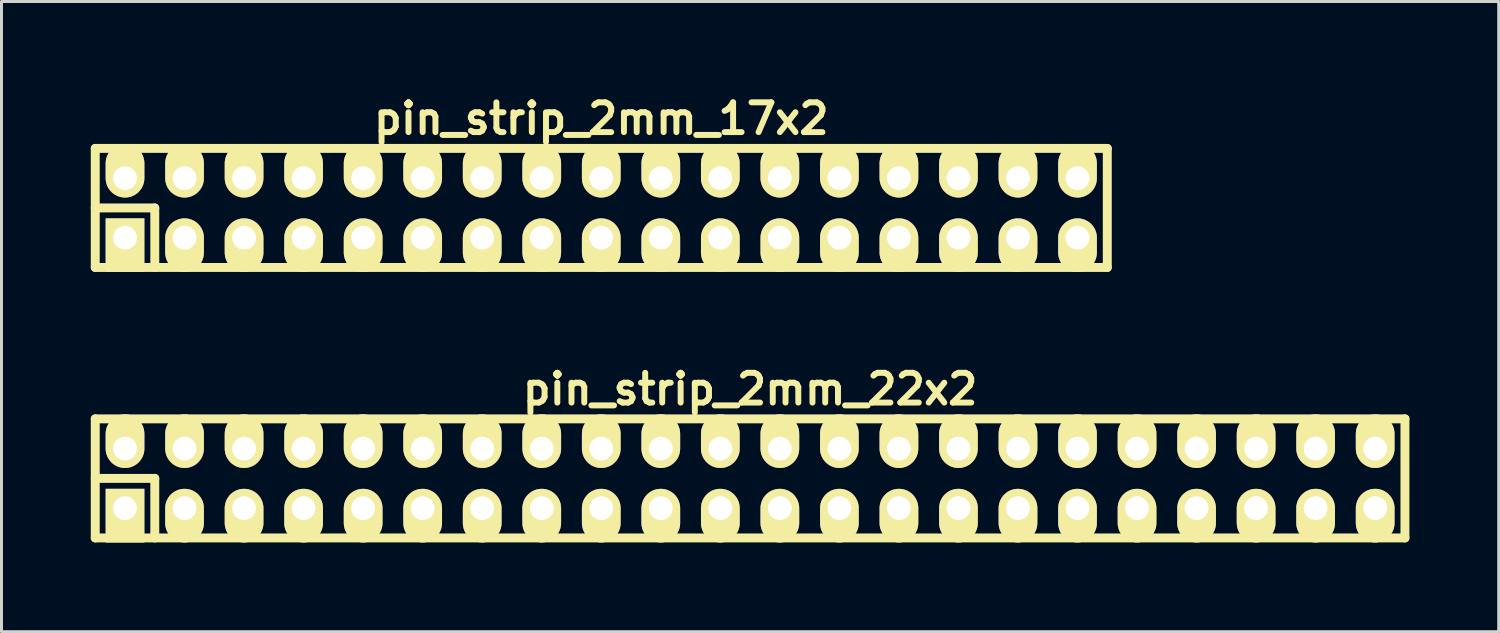
<source format=kicad_pcb>
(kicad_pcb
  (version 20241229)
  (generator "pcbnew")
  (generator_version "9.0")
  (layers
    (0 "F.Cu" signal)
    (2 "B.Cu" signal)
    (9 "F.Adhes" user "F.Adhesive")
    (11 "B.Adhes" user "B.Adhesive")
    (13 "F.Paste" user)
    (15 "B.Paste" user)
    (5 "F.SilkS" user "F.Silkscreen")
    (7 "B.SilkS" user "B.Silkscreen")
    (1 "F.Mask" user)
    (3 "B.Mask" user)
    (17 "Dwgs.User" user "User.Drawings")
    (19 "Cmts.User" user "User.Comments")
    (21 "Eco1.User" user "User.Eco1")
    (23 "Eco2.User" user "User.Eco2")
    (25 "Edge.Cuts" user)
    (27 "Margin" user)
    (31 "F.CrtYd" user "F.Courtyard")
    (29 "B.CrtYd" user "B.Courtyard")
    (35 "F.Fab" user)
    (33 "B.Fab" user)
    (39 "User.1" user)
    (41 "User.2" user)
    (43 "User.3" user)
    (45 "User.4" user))
  (footprint "pin_strip_2mm_22x2"
    (layer "F.Cu")
    (at 22.15 13.022)
    (property "Reference" "pin_strip_2mm_22x2" (at 0 -3 0) (layer "F.SilkS") (effects (font (size 1 1) (thickness 0.2))))
    (attr through_hole)
    (fp_line (start -22 -2) (end 22 -2) (stroke (width 0.3) (type solid)) (layer "F.SilkS"))
    (fp_line (start -22 0) (end -20 0) (stroke (width 0.3) (type solid)) (layer "F.SilkS"))
    (fp_line (start -22 2) (end -22 -2) (stroke (width 0.3) (type solid)) (layer "F.SilkS"))
    (fp_line (start -20 0) (end -20 2) (stroke (width 0.3) (type solid)) (layer "F.SilkS"))
    (fp_line (start 22 -2) (end 22 2) (stroke (width 0.3) (type solid)) (layer "F.SilkS"))
    (fp_line (start 22 2) (end -22 2) (stroke (width 0.3) (type solid)) (layer "F.SilkS"))
    (pad "1" thru_hole rect (at -21 1) (size 1.3 1.8) (drill 0.8 (offset 0 0.25)) (layers "*.Cu" "*.Mask" "F.SilkS"))
    (pad "2" thru_hole oval (at -21 -1) (size 1.3 1.8) (drill 0.8 (offset 0 -0.25)) (layers "*.Cu" "*.Mask" "F.SilkS"))
    (pad "3" thru_hole oval (at -19 1) (size 1.3 1.8) (drill 0.8 (offset 0 0.25)) (layers "*.Cu" "*.Mask" "F.SilkS"))
    (pad "4" thru_hole oval (at -19 -1) (size 1.3 1.8) (drill 0.8 (offset 0 -0.25)) (layers "*.Cu" "*.Mask" "F.SilkS"))
    (pad "5" thru_hole oval (at -17 1) (size 1.3 1.8) (drill 0.8 (offset 0 0.25)) (layers "*.Cu" "*.Mask" "F.SilkS"))
    (pad "6" thru_hole oval (at -17 -1) (size 1.3 1.8) (drill 0.8 (offset 0 -0.25)) (layers "*.Cu" "*.Mask" "F.SilkS"))
    (pad "7" thru_hole oval (at -15 1) (size 1.3 1.8) (drill 0.8 (offset 0 0.25)) (layers "*.Cu" "*.Mask" "F.SilkS"))
    (pad "8" thru_hole oval (at -15 -1) (size 1.3 1.8) (drill 0.8 (offset 0 -0.25)) (layers "*.Cu" "*.Mask" "F.SilkS"))
    (pad "9" thru_hole oval (at -13 1) (size 1.3 1.8) (drill 0.8 (offset 0 0.25)) (layers "*.Cu" "*.Mask" "F.SilkS"))
    (pad "10" thru_hole oval (at -13 -1) (size 1.3 1.8) (drill 0.8 (offset 0 -0.25)) (layers "*.Cu" "*.Mask" "F.SilkS"))
    (pad "11" thru_hole oval (at -11 1) (size 1.3 1.8) (drill 0.8 (offset 0 0.25)) (layers "*.Cu" "*.Mask" "F.SilkS"))
    (pad "12" thru_hole oval (at -11 -1) (size 1.3 1.8) (drill 0.8 (offset 0 -0.25)) (layers "*.Cu" "*.Mask" "F.SilkS"))
    (pad "13" thru_hole oval (at -9 1) (size 1.3 1.8) (drill 0.8 (offset 0 0.25)) (layers "*.Cu" "*.Mask" "F.SilkS"))
    (pad "14" thru_hole oval (at -9 -1) (size 1.3 1.8) (drill 0.8 (offset 0 -0.25)) (layers "*.Cu" "*.Mask" "F.SilkS"))
    (pad "15" thru_hole oval (at -7 1) (size 1.3 1.8) (drill 0.8 (offset 0 0.25)) (layers "*.Cu" "*.Mask" "F.SilkS"))
    (pad "16" thru_hole oval (at -7 -1) (size 1.3 1.8) (drill 0.8 (offset 0 -0.25)) (layers "*.Cu" "*.Mask" "F.SilkS"))
    (pad "17" thru_hole oval (at -5 1) (size 1.3 1.8) (drill 0.8 (offset 0 0.25)) (layers "*.Cu" "*.Mask" "F.SilkS"))
    (pad "18" thru_hole oval (at -5 -1) (size 1.3 1.8) (drill 0.8 (offset 0 -0.25)) (layers "*.Cu" "*.Mask" "F.SilkS"))
    (pad "19" thru_hole oval (at -3 1) (size 1.3 1.8) (drill 0.8 (offset 0 0.25)) (layers "*.Cu" "*.Mask" "F.SilkS"))
    (pad "20" thru_hole oval (at -3 -1) (size 1.3 1.8) (drill 0.8 (offset 0 -0.25)) (layers "*.Cu" "*.Mask" "F.SilkS"))
    (pad "21" thru_hole oval (at -1 1) (size 1.3 1.8) (drill 0.8 (offset 0 0.25)) (layers "*.Cu" "*.Mask" "F.SilkS"))
    (pad "22" thru_hole oval (at -1 -1) (size 1.3 1.8) (drill 0.8 (offset 0 -0.25)) (layers "*.Cu" "*.Mask" "F.SilkS"))
    (pad "23" thru_hole oval (at 1 1) (size 1.3 1.8) (drill 0.8 (offset 0 0.25)) (layers "*.Cu" "*.Mask" "F.SilkS"))
    (pad "24" thru_hole oval (at 1 -1) (size 1.3 1.8) (drill 0.8 (offset 0 -0.25)) (layers "*.Cu" "*.Mask" "F.SilkS"))
    (pad "25" thru_hole oval (at 3 1) (size 1.3 1.8) (drill 0.8 (offset 0 0.25)) (layers "*.Cu" "*.Mask" "F.SilkS"))
    (pad "26" thru_hole oval (at 3 -1) (size 1.3 1.8) (drill 0.8 (offset 0 -0.25)) (layers "*.Cu" "*.Mask" "F.SilkS"))
    (pad "27" thru_hole oval (at 5 1) (size 1.3 1.8) (drill 0.8 (offset 0 0.25)) (layers "*.Cu" "*.Mask" "F.SilkS"))
    (pad "28" thru_hole oval (at 5 -1) (size 1.3 1.8) (drill 0.8 (offset 0 -0.25)) (layers "*.Cu" "*.Mask" "F.SilkS"))
    (pad "29" thru_hole oval (at 7 1) (size 1.3 1.8) (drill 0.8 (offset 0 0.25)) (layers "*.Cu" "*.Mask" "F.SilkS"))
    (pad "30" thru_hole oval (at 7 -1) (size 1.3 1.8) (drill 0.8 (offset 0 -0.25)) (layers "*.Cu" "*.Mask" "F.SilkS"))
    (pad "31" thru_hole oval (at 9 1) (size 1.3 1.8) (drill 0.8 (offset 0 0.25)) (layers "*.Cu" "*.Mask" "F.SilkS"))
    (pad "32" thru_hole oval (at 9 -1) (size 1.3 1.8) (drill 0.8 (offset 0 -0.25)) (layers "*.Cu" "*.Mask" "F.SilkS"))
    (pad "33" thru_hole oval (at 11 1) (size 1.3 1.8) (drill 0.8 (offset 0 0.25)) (layers "*.Cu" "*.Mask" "F.SilkS"))
    (pad "34" thru_hole oval (at 11 -1) (size 1.3 1.8) (drill 0.8 (offset 0 -0.25)) (layers "*.Cu" "*.Mask" "F.SilkS"))
    (pad "35" thru_hole oval (at 13 1) (size 1.3 1.8) (drill 0.8 (offset 0 0.25)) (layers "*.Cu" "*.Mask" "F.SilkS"))
    (pad "36" thru_hole oval (at 13 -1) (size 1.3 1.8) (drill 0.8 (offset 0 -0.25)) (layers "*.Cu" "*.Mask" "F.SilkS"))
    (pad "37" thru_hole oval (at 15 1) (size 1.3 1.8) (drill 0.8 (offset 0 0.25)) (layers "*.Cu" "*.Mask" "F.SilkS"))
    (pad "38" thru_hole oval (at 15 -1) (size 1.3 1.8) (drill 0.8 (offset 0 -0.25)) (layers "*.Cu" "*.Mask" "F.SilkS"))
    (pad "39" thru_hole oval (at 17 1) (size 1.3 1.8) (drill 0.8 (offset 0 0.25)) (layers "*.Cu" "*.Mask" "F.SilkS"))
    (pad "40" thru_hole oval (at 17 -1) (size 1.3 1.8) (drill 0.8 (offset 0 -0.25)) (layers "*.Cu" "*.Mask" "F.SilkS"))
    (pad "41" thru_hole oval (at 19 1) (size 1.3 1.8) (drill 0.8 (offset 0 0.25)) (layers "*.Cu" "*.Mask" "F.SilkS"))
    (pad "42" thru_hole oval (at 19 -1) (size 1.3 1.8) (drill 0.8 (offset 0 -0.25)) (layers "*.Cu" "*.Mask" "F.SilkS"))
    (pad "43" thru_hole oval (at 21 1) (size 1.3 1.8) (drill 0.8 (offset 0 0.25)) (layers "*.Cu" "*.Mask" "F.SilkS"))
    (pad "44" thru_hole oval (at 21 -1) (size 1.3 1.8) (drill 0.8 (offset 0 -0.25)) (layers "*.Cu" "*.Mask" "F.SilkS")))
  (footprint "pin_strip_2mm_17x2"
    (layer "F.Cu")
    (at 17.15 3.936)
    (property "Reference" "pin_strip_2mm_17x2" (at 0 -3 0) (layer "F.SilkS") (effects (font (size 1 1) (thickness 0.2))))
    (attr through_hole)
    (fp_line (start -17 -2) (end 17 -2) (stroke (width 0.3) (type solid)) (layer "F.SilkS"))
    (fp_line (start -17 0) (end -15 0) (stroke (width 0.3) (type solid)) (layer "F.SilkS"))
    (fp_line (start -17 2) (end -17 -2) (stroke (width 0.3) (type solid)) (layer "F.SilkS"))
    (fp_line (start -15 0) (end -15 2) (stroke (width 0.3) (type solid)) (layer "F.SilkS"))
    (fp_line (start 17 -2) (end 17 2) (stroke (width 0.3) (type solid)) (layer "F.SilkS"))
    (fp_line (start 17 2) (end -17 2) (stroke (width 0.3) (type solid)) (layer "F.SilkS"))
    (pad "1" thru_hole rect (at -16 1) (size 1.3 1.8) (drill 0.8 (offset 0 0.25)) (layers "*.Cu" "*.Mask" "F.SilkS"))
    (pad "2" thru_hole oval (at -16 -1) (size 1.3 1.8) (drill 0.8 (offset 0 -0.25)) (layers "*.Cu" "*.Mask" "F.SilkS"))
    (pad "3" thru_hole oval (at -14 1) (size 1.3 1.8) (drill 0.8 (offset 0 0.25)) (layers "*.Cu" "*.Mask" "F.SilkS"))
    (pad "4" thru_hole oval (at -14 -1) (size 1.3 1.8) (drill 0.8 (offset 0 -0.25)) (layers "*.Cu" "*.Mask" "F.SilkS"))
    (pad "5" thru_hole oval (at -12 1) (size 1.3 1.8) (drill 0.8 (offset 0 0.25)) (layers "*.Cu" "*.Mask" "F.SilkS"))
    (pad "6" thru_hole oval (at -12 -1) (size 1.3 1.8) (drill 0.8 (offset 0 -0.25)) (layers "*.Cu" "*.Mask" "F.SilkS"))
    (pad "7" thru_hole oval (at -10 1) (size 1.3 1.8) (drill 0.8 (offset 0 0.25)) (layers "*.Cu" "*.Mask" "F.SilkS"))
    (pad "8" thru_hole oval (at -10 -1) (size 1.3 1.8) (drill 0.8 (offset 0 -0.25)) (layers "*.Cu" "*.Mask" "F.SilkS"))
    (pad "9" thru_hole oval (at -8 1) (size 1.3 1.8) (drill 0.8 (offset 0 0.25)) (layers "*.Cu" "*.Mask" "F.SilkS"))
    (pad "10" thru_hole oval (at -8 -1) (size 1.3 1.8) (drill 0.8 (offset 0 -0.25)) (layers "*.Cu" "*.Mask" "F.SilkS"))
    (pad "11" thru_hole oval (at -6 1) (size 1.3 1.8) (drill 0.8 (offset 0 0.25)) (layers "*.Cu" "*.Mask" "F.SilkS"))
    (pad "12" thru_hole oval (at -6 -1) (size 1.3 1.8) (drill 0.8 (offset 0 -0.25)) (layers "*.Cu" "*.Mask" "F.SilkS"))
    (pad "13" thru_hole oval (at -4 1) (size 1.3 1.8) (drill 0.8 (offset 0 0.25)) (layers "*.Cu" "*.Mask" "F.SilkS"))
    (pad "14" thru_hole oval (at -4 -1) (size 1.3 1.8) (drill 0.8 (offset 0 -0.25)) (layers "*.Cu" "*.Mask" "F.SilkS"))
    (pad "15" thru_hole oval (at -2 1) (size 1.3 1.8) (drill 0.8 (offset 0 0.25)) (layers "*.Cu" "*.Mask" "F.SilkS"))
    (pad "16" thru_hole oval (at -2 -1) (size 1.3 1.8) (drill 0.8 (offset 0 -0.25)) (layers "*.Cu" "*.Mask" "F.SilkS"))
    (pad "17" thru_hole oval (at 0 1) (size 1.3 1.8) (drill 0.8 (offset 0 0.25)) (layers "*.Cu" "*.Mask" "F.SilkS"))
    (pad "18" thru_hole oval (at 0 -1) (size 1.3 1.8) (drill 0.8 (offset 0 -0.25)) (layers "*.Cu" "*.Mask" "F.SilkS"))
    (pad "19" thru_hole oval (at 2 1) (size 1.3 1.8) (drill 0.8 (offset 0 0.25)) (layers "*.Cu" "*.Mask" "F.SilkS"))
    (pad "20" thru_hole oval (at 2 -1) (size 1.3 1.8) (drill 0.8 (offset 0 -0.25)) (layers "*.Cu" "*.Mask" "F.SilkS"))
    (pad "21" thru_hole oval (at 4 1) (size 1.3 1.8) (drill 0.8 (offset 0 0.25)) (layers "*.Cu" "*.Mask" "F.SilkS"))
    (pad "22" thru_hole oval (at 4 -1) (size 1.3 1.8) (drill 0.8 (offset 0 -0.25)) (layers "*.Cu" "*.Mask" "F.SilkS"))
    (pad "23" thru_hole oval (at 6 1) (size 1.3 1.8) (drill 0.8 (offset 0 0.25)) (layers "*.Cu" "*.Mask" "F.SilkS"))
    (pad "24" thru_hole oval (at 6 -1) (size 1.3 1.8) (drill 0.8 (offset 0 -0.25)) (layers "*.Cu" "*.Mask" "F.SilkS"))
    (pad "25" thru_hole oval (at 8 1) (size 1.3 1.8) (drill 0.8 (offset 0 0.25)) (layers "*.Cu" "*.Mask" "F.SilkS"))
    (pad "26" thru_hole oval (at 8 -1) (size 1.3 1.8) (drill 0.8 (offset 0 -0.25)) (layers "*.Cu" "*.Mask" "F.SilkS"))
    (pad "27" thru_hole oval (at 10 1) (size 1.3 1.8) (drill 0.8 (offset 0 0.25)) (layers "*.Cu" "*.Mask" "F.SilkS"))
    (pad "28" thru_hole oval (at 10 -1) (size 1.3 1.8) (drill 0.8 (offset 0 -0.25)) (layers "*.Cu" "*.Mask" "F.SilkS"))
    (pad "29" thru_hole oval (at 12 1) (size 1.3 1.8) (drill 0.8 (offset 0 0.25)) (layers "*.Cu" "*.Mask" "F.SilkS"))
    (pad "30" thru_hole oval (at 12 -1) (size 1.3 1.8) (drill 0.8 (offset 0 -0.25)) (layers "*.Cu" "*.Mask" "F.SilkS"))
    (pad "31" thru_hole oval (at 14 1) (size 1.3 1.8) (drill 0.8 (offset 0 0.25)) (layers "*.Cu" "*.Mask" "F.SilkS"))
    (pad "32" thru_hole oval (at 14 -1) (size 1.3 1.8) (drill 0.8 (offset 0 -0.25)) (layers "*.Cu" "*.Mask" "F.SilkS"))
    (pad "33" thru_hole oval (at 16 1) (size 1.3 1.8) (drill 0.8 (offset 0 0.25)) (layers "*.Cu" "*.Mask" "F.SilkS"))
    (pad "34" thru_hole oval (at 16 -1) (size 1.3 1.8) (drill 0.8 (offset 0 -0.25)) (layers "*.Cu" "*.Mask" "F.SilkS")))
  (gr_rect
    (start -3 -3)
    (end 47.3 18.172)
    (stroke (width 0.1) (type default))
    (fill no)
    (layer "Edge.Cuts")))
</source>
